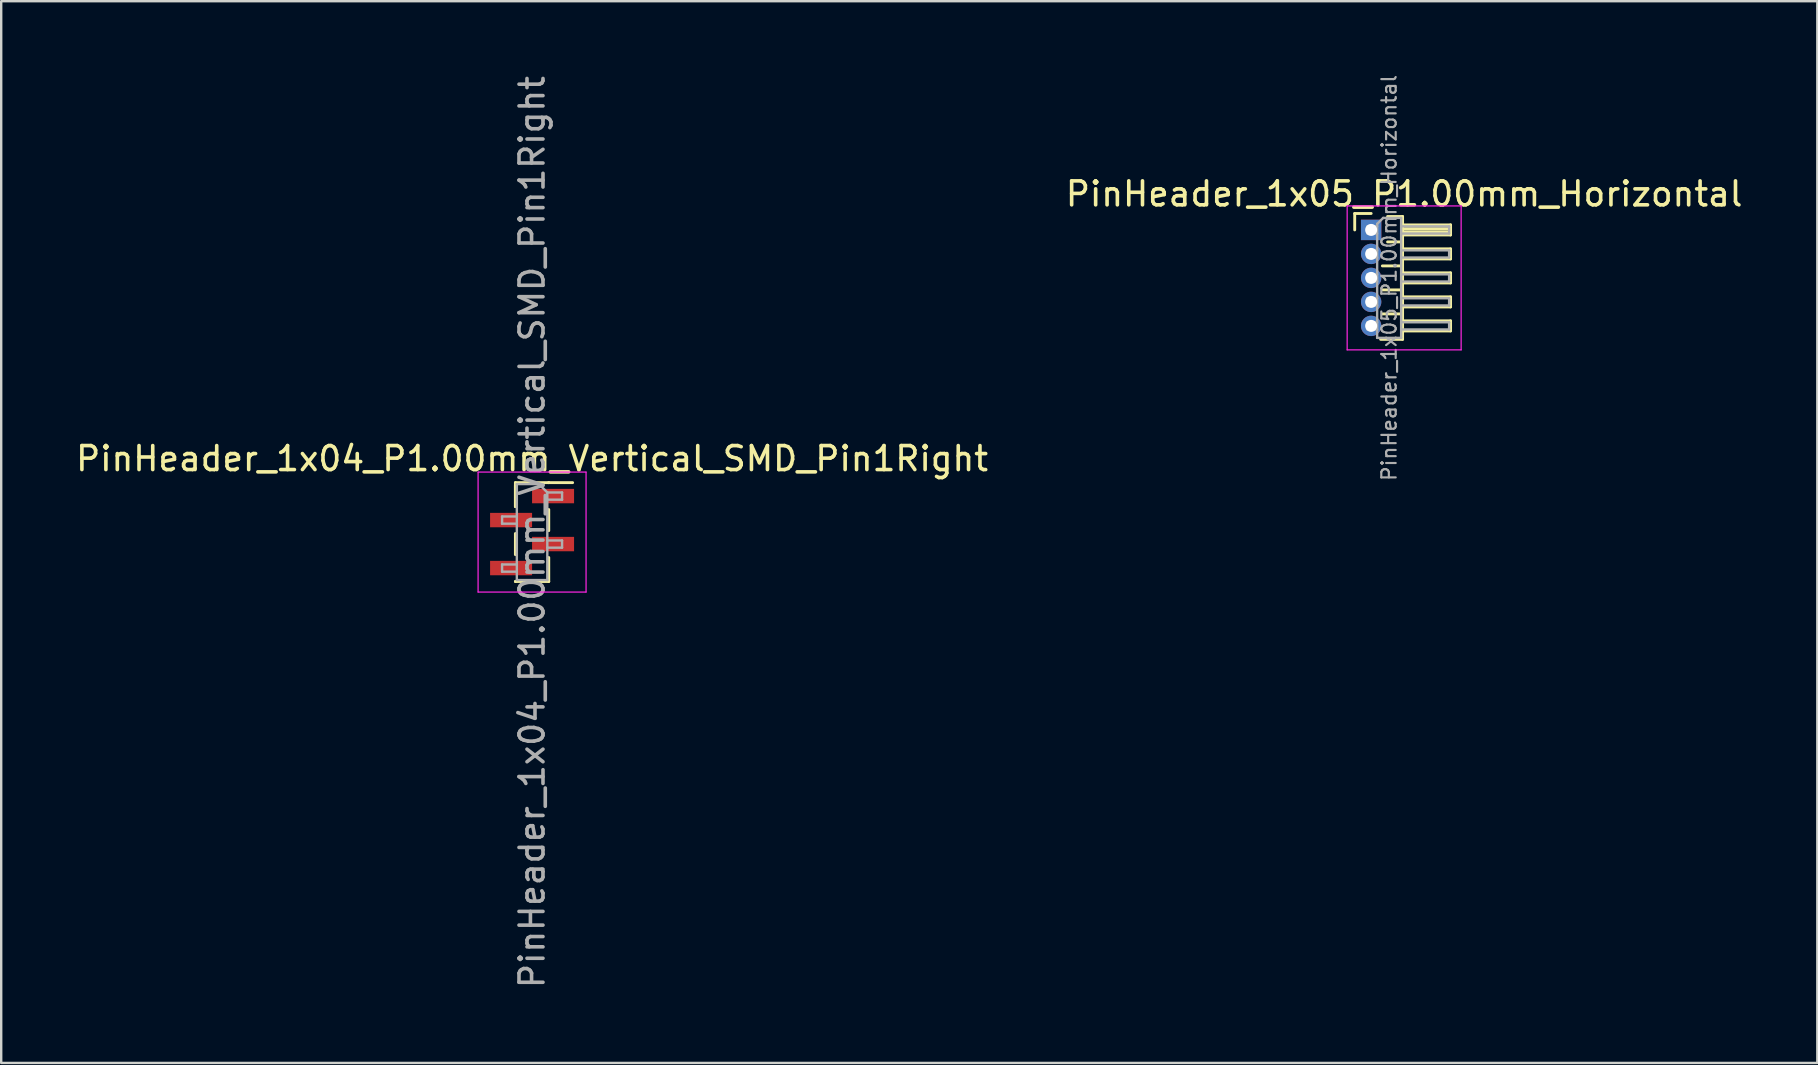
<source format=kicad_pcb>
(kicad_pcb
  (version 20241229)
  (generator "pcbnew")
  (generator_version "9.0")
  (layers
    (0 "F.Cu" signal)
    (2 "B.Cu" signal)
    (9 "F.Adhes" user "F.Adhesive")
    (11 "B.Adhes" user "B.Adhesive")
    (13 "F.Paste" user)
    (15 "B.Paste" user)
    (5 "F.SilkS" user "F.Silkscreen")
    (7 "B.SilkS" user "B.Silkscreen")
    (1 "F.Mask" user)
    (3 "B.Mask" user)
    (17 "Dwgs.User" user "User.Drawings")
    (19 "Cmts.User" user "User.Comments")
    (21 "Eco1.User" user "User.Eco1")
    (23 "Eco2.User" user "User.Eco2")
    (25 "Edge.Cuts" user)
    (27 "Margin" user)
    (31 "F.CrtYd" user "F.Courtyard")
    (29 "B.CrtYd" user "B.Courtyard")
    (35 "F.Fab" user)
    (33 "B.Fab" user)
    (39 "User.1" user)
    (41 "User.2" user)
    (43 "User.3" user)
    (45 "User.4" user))
  (footprint "PinHeader_1x04_P1.00mm_Vertical_SMD_Pin1Right"
    (layer "F.Cu")
    (at 19.125 19.125)
    (property "Reference" "PinHeader_1x04_P1.00mm_Vertical_SMD_Pin1Right" (at 0 -3.06 0) (layer "F.SilkS") (effects (font (size 1 1) (thickness 0.15))))
    (attr smd)
    (fp_line (start -0.695 -2.06) (end -0.695 -1.06) (stroke (width 0.12) (type solid)) (layer "F.SilkS"))
    (fp_line (start -0.695 -2.06) (end 0.695 -2.06) (stroke (width 0.12) (type solid)) (layer "F.SilkS"))
    (fp_line (start -0.695 -1.94) (end -0.695 -1.06) (stroke (width 0.12) (type solid)) (layer "F.SilkS"))
    (fp_line (start -0.695 0.06) (end -0.695 0.94) (stroke (width 0.12) (type solid)) (layer "F.SilkS"))
    (fp_line (start -0.695 2.06) (end -0.695 2.06) (stroke (width 0.12) (type solid)) (layer "F.SilkS"))
    (fp_line (start -0.695 2.06) (end 0.695 2.06) (stroke (width 0.12) (type solid)) (layer "F.SilkS"))
    (fp_line (start 0.695 -2.06) (end 0.695 -2.06) (stroke (width 0.12) (type solid)) (layer "F.SilkS"))
    (fp_line (start 0.695 -2.06) (end 1.69 -2.06) (stroke (width 0.12) (type solid)) (layer "F.SilkS"))
    (fp_line (start 0.695 -0.94) (end 0.695 -0.06) (stroke (width 0.12) (type solid)) (layer "F.SilkS"))
    (fp_line (start 0.695 1.06) (end 0.695 2.06) (stroke (width 0.12) (type solid)) (layer "F.SilkS"))
    (fp_line (start -2.25 -2.5) (end -2.25 2.5) (stroke (width 0.05) (type solid)) (layer "F.CrtYd"))
    (fp_line (start -2.25 2.5) (end 2.25 2.5) (stroke (width 0.05) (type solid)) (layer "F.CrtYd"))
    (fp_line (start 2.25 -2.5) (end -2.25 -2.5) (stroke (width 0.05) (type solid)) (layer "F.CrtYd"))
    (fp_line (start 2.25 2.5) (end 2.25 -2.5) (stroke (width 0.05) (type solid)) (layer "F.CrtYd"))
    (fp_line (start -1.25 -0.65) (end -1.25 -0.35) (stroke (width 0.1) (type solid)) (layer "F.Fab"))
    (fp_line (start -1.25 -0.35) (end -0.635 -0.35) (stroke (width 0.1) (type solid)) (layer "F.Fab"))
    (fp_line (start -1.25 1.35) (end -1.25 1.65) (stroke (width 0.1) (type solid)) (layer "F.Fab"))
    (fp_line (start -1.25 1.65) (end -0.635 1.65) (stroke (width 0.1) (type solid)) (layer "F.Fab"))
    (fp_line (start -0.635 -2) (end -0.635 2) (stroke (width 0.1) (type solid)) (layer "F.Fab"))
    (fp_line (start -0.635 -2) (end 0.285 -2) (stroke (width 0.1) (type solid)) (layer "F.Fab"))
    (fp_line (start -0.635 -0.65) (end -1.25 -0.65) (stroke (width 0.1) (type solid)) (layer "F.Fab"))
    (fp_line (start -0.635 1.35) (end -1.25 1.35) (stroke (width 0.1) (type solid)) (layer "F.Fab"))
    (fp_line (start 0.635 -1.65) (end 0.285 -2) (stroke (width 0.1) (type solid)) (layer "F.Fab"))
    (fp_line (start 0.635 -1.65) (end 1.25 -1.65) (stroke (width 0.1) (type solid)) (layer "F.Fab"))
    (fp_line (start 0.635 0.35) (end 1.25 0.35) (stroke (width 0.1) (type solid)) (layer "F.Fab"))
    (fp_line (start 0.635 2) (end -0.635 2) (stroke (width 0.1) (type solid)) (layer "F.Fab"))
    (fp_line (start 0.635 2) (end 0.635 -1.65) (stroke (width 0.1) (type solid)) (layer "F.Fab"))
    (fp_line (start 1.25 -1.65) (end 1.25 -1.35) (stroke (width 0.1) (type solid)) (layer "F.Fab"))
    (fp_line (start 1.25 -1.35) (end 0.635 -1.35) (stroke (width 0.1) (type solid)) (layer "F.Fab"))
    (fp_line (start 1.25 0.35) (end 1.25 0.65) (stroke (width 0.1) (type solid)) (layer "F.Fab"))
    (fp_line (start 1.25 0.65) (end 0.635 0.65) (stroke (width 0.1) (type solid)) (layer "F.Fab"))
    (fp_text user "${REFERENCE}" (at 0 0 90) (layer "F.Fab") (effects (font (size 1 1) (thickness 0.15))))
    (pad "1" smd rect (at 0.875 -1.5) (size 1.75 0.6) (layers "F.Cu" "F.Mask" "F.Paste"))
    (pad "2" smd rect (at -0.875 -0.5) (size 1.75 0.6) (layers "F.Cu" "F.Mask" "F.Paste"))
    (pad "3" smd rect (at 0.875 0.5) (size 1.75 0.6) (layers "F.Cu" "F.Mask" "F.Paste"))
    (pad "4" smd rect (at -0.875 1.5) (size 1.75 0.6) (layers "F.Cu" "F.Mask" "F.Paste")))
  (footprint "PinHeader_1x05_P1.00mm_Horizontal"
    (layer "F.Cu")
    (at 54.095 6.532)
    (property "Reference" "PinHeader_1x05_P1.00mm_Horizontal" (at 1.375 -1.5 0) (layer "F.SilkS") (effects (font (size 1 1) (thickness 0.15))))
    (attr through_hole)
    (fp_line (start -0.685 -0.685) (end 0 -0.685) (stroke (width 0.12) (type solid)) (layer "F.SilkS"))
    (fp_line (start -0.685 0) (end -0.685 -0.685) (stroke (width 0.12) (type solid)) (layer "F.SilkS"))
    (fp_line (start 0.468 1.5) (end 1.31 1.5) (stroke (width 0.12) (type solid)) (layer "F.SilkS"))
    (fp_line (start 0.468 2.5) (end 1.31 2.5) (stroke (width 0.12) (type solid)) (layer "F.SilkS"))
    (fp_line (start 0.468 3.5) (end 1.31 3.5) (stroke (width 0.12) (type solid)) (layer "F.SilkS"))
    (fp_line (start 0.685 -0.56) (end 1.31 -0.56) (stroke (width 0.12) (type solid)) (layer "F.SilkS"))
    (fp_line (start 0.685 0.5) (end 1.31 0.5) (stroke (width 0.12) (type solid)) (layer "F.SilkS"))
    (fp_line (start 1.31 -0.56) (end 1.31 4.56) (stroke (width 0.12) (type solid)) (layer "F.SilkS"))
    (fp_line (start 1.31 -0.21) (end 3.31 -0.21) (stroke (width 0.12) (type solid)) (layer "F.SilkS"))
    (fp_line (start 1.31 -0.15) (end 3.31 -0.15) (stroke (width 0.12) (type solid)) (layer "F.SilkS"))
    (fp_line (start 1.31 -0.03) (end 3.31 -0.03) (stroke (width 0.12) (type solid)) (layer "F.SilkS"))
    (fp_line (start 1.31 0.09) (end 3.31 0.09) (stroke (width 0.12) (type solid)) (layer "F.SilkS"))
    (fp_line (start 1.31 0.79) (end 3.31 0.79) (stroke (width 0.12) (type solid)) (layer "F.SilkS"))
    (fp_line (start 1.31 1.79) (end 3.31 1.79) (stroke (width 0.12) (type solid)) (layer "F.SilkS"))
    (fp_line (start 1.31 2.79) (end 3.31 2.79) (stroke (width 0.12) (type solid)) (layer "F.SilkS"))
    (fp_line (start 1.31 3.79) (end 3.31 3.79) (stroke (width 0.12) (type solid)) (layer "F.SilkS"))
    (fp_line (start 1.31 4.56) (end 0.394 4.56) (stroke (width 0.12) (type solid)) (layer "F.SilkS"))
    (fp_line (start 3.31 -0.21) (end 3.31 0.21) (stroke (width 0.12) (type solid)) (layer "F.SilkS"))
    (fp_line (start 3.31 0.21) (end 1.31 0.21) (stroke (width 0.12) (type solid)) (layer "F.SilkS"))
    (fp_line (start 3.31 0.79) (end 3.31 1.21) (stroke (width 0.12) (type solid)) (layer "F.SilkS"))
    (fp_line (start 3.31 1.21) (end 1.31 1.21) (stroke (width 0.12) (type solid)) (layer "F.SilkS"))
    (fp_line (start 3.31 1.79) (end 3.31 2.21) (stroke (width 0.12) (type solid)) (layer "F.SilkS"))
    (fp_line (start 3.31 2.21) (end 1.31 2.21) (stroke (width 0.12) (type solid)) (layer "F.SilkS"))
    (fp_line (start 3.31 2.79) (end 3.31 3.21) (stroke (width 0.12) (type solid)) (layer "F.SilkS"))
    (fp_line (start 3.31 3.21) (end 1.31 3.21) (stroke (width 0.12) (type solid)) (layer "F.SilkS"))
    (fp_line (start 3.31 3.79) (end 3.31 4.21) (stroke (width 0.12) (type solid)) (layer "F.SilkS"))
    (fp_line (start 3.31 4.21) (end 1.31 4.21) (stroke (width 0.12) (type solid)) (layer "F.SilkS"))
    (fp_line (start -1 -1) (end -1 5) (stroke (width 0.05) (type solid)) (layer "F.CrtYd"))
    (fp_line (start -1 5) (end 3.75 5) (stroke (width 0.05) (type solid)) (layer "F.CrtYd"))
    (fp_line (start 3.75 -1) (end -1 -1) (stroke (width 0.05) (type solid)) (layer "F.CrtYd"))
    (fp_line (start 3.75 5) (end 3.75 -1) (stroke (width 0.05) (type solid)) (layer "F.CrtYd"))
    (fp_line (start -0.15 -0.15) (end -0.15 0.15) (stroke (width 0.1) (type solid)) (layer "F.Fab"))
    (fp_line (start -0.15 -0.15) (end 0.25 -0.15) (stroke (width 0.1) (type solid)) (layer "F.Fab"))
    (fp_line (start -0.15 0.15) (end 0.25 0.15) (stroke (width 0.1) (type solid)) (layer "F.Fab"))
    (fp_line (start -0.15 0.85) (end -0.15 1.15) (stroke (width 0.1) (type solid)) (layer "F.Fab"))
    (fp_line (start -0.15 0.85) (end 0.25 0.85) (stroke (width 0.1) (type solid)) (layer "F.Fab"))
    (fp_line (start -0.15 1.15) (end 0.25 1.15) (stroke (width 0.1) (type solid)) (layer "F.Fab"))
    (fp_line (start -0.15 1.85) (end -0.15 2.15) (stroke (width 0.1) (type solid)) (layer "F.Fab"))
    (fp_line (start -0.15 1.85) (end 0.25 1.85) (stroke (width 0.1) (type solid)) (layer "F.Fab"))
    (fp_line (start -0.15 2.15) (end 0.25 2.15) (stroke (width 0.1) (type solid)) (layer "F.Fab"))
    (fp_line (start -0.15 2.85) (end -0.15 3.15) (stroke (width 0.1) (type solid)) (layer "F.Fab"))
    (fp_line (start -0.15 2.85) (end 0.25 2.85) (stroke (width 0.1) (type solid)) (layer "F.Fab"))
    (fp_line (start -0.15 3.15) (end 0.25 3.15) (stroke (width 0.1) (type solid)) (layer "F.Fab"))
    (fp_line (start -0.15 3.85) (end -0.15 4.15) (stroke (width 0.1) (type solid)) (layer "F.Fab"))
    (fp_line (start -0.15 3.85) (end 0.25 3.85) (stroke (width 0.1) (type solid)) (layer "F.Fab"))
    (fp_line (start -0.15 4.15) (end 0.25 4.15) (stroke (width 0.1) (type solid)) (layer "F.Fab"))
    (fp_line (start 0.25 -0.25) (end 0.5 -0.5) (stroke (width 0.1) (type solid)) (layer "F.Fab"))
    (fp_line (start 0.25 4.5) (end 0.25 -0.25) (stroke (width 0.1) (type solid)) (layer "F.Fab"))
    (fp_line (start 0.5 -0.5) (end 1.25 -0.5) (stroke (width 0.1) (type solid)) (layer "F.Fab"))
    (fp_line (start 1.25 -0.5) (end 1.25 4.5) (stroke (width 0.1) (type solid)) (layer "F.Fab"))
    (fp_line (start 1.25 -0.15) (end 3.25 -0.15) (stroke (width 0.1) (type solid)) (layer "F.Fab"))
    (fp_line (start 1.25 0.15) (end 3.25 0.15) (stroke (width 0.1) (type solid)) (layer "F.Fab"))
    (fp_line (start 1.25 0.85) (end 3.25 0.85) (stroke (width 0.1) (type solid)) (layer "F.Fab"))
    (fp_line (start 1.25 1.15) (end 3.25 1.15) (stroke (width 0.1) (type solid)) (layer "F.Fab"))
    (fp_line (start 1.25 1.85) (end 3.25 1.85) (stroke (width 0.1) (type solid)) (layer "F.Fab"))
    (fp_line (start 1.25 2.15) (end 3.25 2.15) (stroke (width 0.1) (type solid)) (layer "F.Fab"))
    (fp_line (start 1.25 2.85) (end 3.25 2.85) (stroke (width 0.1) (type solid)) (layer "F.Fab"))
    (fp_line (start 1.25 3.15) (end 3.25 3.15) (stroke (width 0.1) (type solid)) (layer "F.Fab"))
    (fp_line (start 1.25 3.85) (end 3.25 3.85) (stroke (width 0.1) (type solid)) (layer "F.Fab"))
    (fp_line (start 1.25 4.15) (end 3.25 4.15) (stroke (width 0.1) (type solid)) (layer "F.Fab"))
    (fp_line (start 1.25 4.5) (end 0.25 4.5) (stroke (width 0.1) (type solid)) (layer "F.Fab"))
    (fp_line (start 3.25 -0.15) (end 3.25 0.15) (stroke (width 0.1) (type solid)) (layer "F.Fab"))
    (fp_line (start 3.25 0.85) (end 3.25 1.15) (stroke (width 0.1) (type solid)) (layer "F.Fab"))
    (fp_line (start 3.25 1.85) (end 3.25 2.15) (stroke (width 0.1) (type solid)) (layer "F.Fab"))
    (fp_line (start 3.25 2.85) (end 3.25 3.15) (stroke (width 0.1) (type solid)) (layer "F.Fab"))
    (fp_line (start 3.25 3.85) (end 3.25 4.15) (stroke (width 0.1) (type solid)) (layer "F.Fab"))
    (fp_text user "${REFERENCE}" (at 0.75 2 90) (layer "F.Fab") (effects (font (size 0.6 0.6) (thickness 0.09))))
    (pad "1" thru_hole rect (at 0 0) (size 0.85 0.85) (drill 0.5) (layers "*.Cu" "*.Mask"))
    (pad "2" thru_hole oval (at 0 1) (size 0.85 0.85) (drill 0.5) (layers "*.Cu" "*.Mask"))
    (pad "3" thru_hole oval (at 0 2) (size 0.85 0.85) (drill 0.5) (layers "*.Cu" "*.Mask"))
    (pad "4" thru_hole oval (at 0 3) (size 0.85 0.85) (drill 0.5) (layers "*.Cu" "*.Mask"))
    (pad "5" thru_hole oval (at 0 4) (size 0.85 0.85) (drill 0.5) (layers "*.Cu" "*.Mask")))
  (gr_rect
    (start -3 -3)
    (end 72.69 41.25)
    (stroke (width 0.1) (type default))
    (fill no)
    (layer "Edge.Cuts")))
</source>
